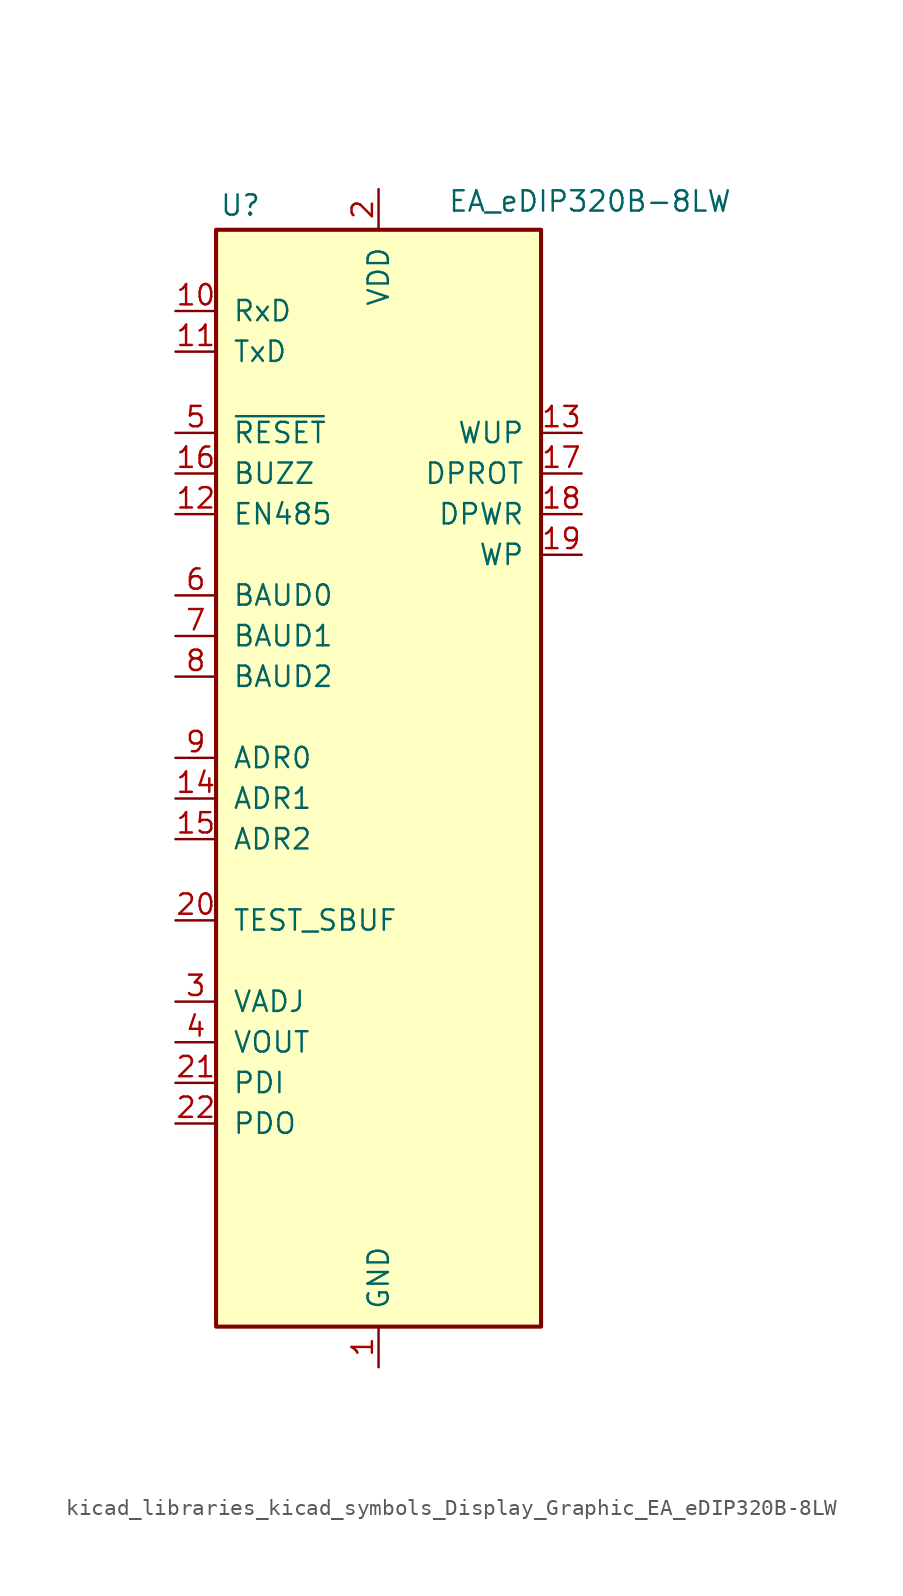
<source format=kicad_sym>
(kicad_symbol_lib
  (version 20220914)
  (generator kicad_symbol_editor)
  (symbol "kicad_libraries_kicad_symbols_Display_Graphic_EA_eDIP320B-8LW"
    (pin_names
      (offset 1.016))
    (property "Reference" "U"
      (at -8.636 29.464 0)
      (effects (font (size 1.27 1.27))))
    (property "Value" "EA_eDIP320B-8LW"
      (at 4.318 29.718 0)
      (effects (font (size 1.27 1.27)) (justify left)))
    (symbol "kicad_libraries_kicad_symbols_Display_Graphic_EA_eDIP320B-8LW_0_1"
      (rectangle (start -10.16 27.94) (end 10.16 -40.64) (stroke (width 0.254) (type default)) (fill (type background))))
    (symbol "kicad_libraries_kicad_symbols_Display_Graphic_EA_eDIP320B-8LW_1_1"
      (pin power_in line (at 0 -43.18 90) (length 2.54) (name "GND" (effects (font (size 1.27 1.27)))) (number "1" (effects (font (size 1.27 1.27)))))
      (pin input line (at -12.7 22.86 0) (length 2.54) (name "RxD" (effects (font (size 1.27 1.27)))) (number "10" (effects (font (size 1.27 1.27)))))
      (pin output line (at -12.7 20.32 0) (length 2.54) (name "TxD" (effects (font (size 1.27 1.27)))) (number "11" (effects (font (size 1.27 1.27)))))
      (pin output line (at -12.7 10.16 0) (length 2.54) (name "EN485" (effects (font (size 1.27 1.27)))) (number "12" (effects (font (size 1.27 1.27)))))
      (pin input line (at 12.7 15.24 180) (length 2.54) (name "WUP" (effects (font (size 1.27 1.27)))) (number "13" (effects (font (size 1.27 1.27)))))
      (pin input line (at -12.7 -7.62 0) (length 2.54) (name "ADR1" (effects (font (size 1.27 1.27)))) (number "14" (effects (font (size 1.27 1.27)))))
      (pin input line (at -12.7 -10.16 0) (length 2.54) (name "ADR2" (effects (font (size 1.27 1.27)))) (number "15" (effects (font (size 1.27 1.27)))))
      (pin output line (at -12.7 12.7 0) (length 2.54) (name "BUZZ" (effects (font (size 1.27 1.27)))) (number "16" (effects (font (size 1.27 1.27)))))
      (pin input line (at 12.7 12.7 180) (length 2.54) (name "DPROT" (effects (font (size 1.27 1.27)))) (number "17" (effects (font (size 1.27 1.27)))))
      (pin output line (at 12.7 10.16 180) (length 2.54) (name "DPWR" (effects (font (size 1.27 1.27)))) (number "18" (effects (font (size 1.27 1.27)))))
      (pin input line (at 12.7 7.62 180) (length 2.54) (name "WP" (effects (font (size 1.27 1.27)))) (number "19" (effects (font (size 1.27 1.27)))))
      (pin power_in line (at 0 30.48 270) (length 2.54) (name "VDD" (effects (font (size 1.27 1.27)))) (number "2" (effects (font (size 1.27 1.27)))))
      (pin open_collector line (at -12.7 -15.24 0) (length 2.54) (name "TEST_SBUF" (effects (font (size 1.27 1.27)))) (number "20" (effects (font (size 1.27 1.27)))))
      (pin input line (at -12.7 -25.4 0) (length 2.54) (name "PDI" (effects (font (size 1.27 1.27)))) (number "21" (effects (font (size 1.27 1.27)))))
      (pin output line (at -12.7 -27.94 0) (length 2.54) (name "PDO" (effects (font (size 1.27 1.27)))) (number "22" (effects (font (size 1.27 1.27)))))
      (pin no_connect line (at -10.16 -30.48 0) (length 2.54) hide (name "NC" (effects (font (size 1.27 1.27)))) (number "23" (effects (font (size 1.27 1.27)))))
      (pin no_connect line (at -10.16 -33.02 0) (length 2.54) hide (name "NC" (effects (font (size 1.27 1.27)))) (number "24" (effects (font (size 1.27 1.27)))))
      (pin no_connect line (at -10.16 -35.56 0) (length 2.54) hide (name "NC" (effects (font (size 1.27 1.27)))) (number "25" (effects (font (size 1.27 1.27)))))
      (pin no_connect line (at -10.16 -38.1 0) (length 2.54) hide (name "NC" (effects (font (size 1.27 1.27)))) (number "26" (effects (font (size 1.27 1.27)))))
      (pin no_connect line (at 10.16 25.4 180) (length 2.54) hide (name "NC" (effects (font (size 1.27 1.27)))) (number "27" (effects (font (size 1.27 1.27)))))
      (pin no_connect line (at 10.16 22.86 180) (length 2.54) hide (name "NC" (effects (font (size 1.27 1.27)))) (number "28" (effects (font (size 1.27 1.27)))))
      (pin no_connect line (at 10.16 20.32 180) (length 2.54) hide (name "NC" (effects (font (size 1.27 1.27)))) (number "29" (effects (font (size 1.27 1.27)))))
      (pin input line (at -12.7 -20.32 0) (length 2.54) (name "VADJ" (effects (font (size 1.27 1.27)))) (number "3" (effects (font (size 1.27 1.27)))))
      (pin no_connect line (at 10.16 17.78 180) (length 2.54) hide (name "NC" (effects (font (size 1.27 1.27)))) (number "30" (effects (font (size 1.27 1.27)))))
      (pin no_connect line (at 10.16 5.08 180) (length 2.54) hide (name "NC" (effects (font (size 1.27 1.27)))) (number "31" (effects (font (size 1.27 1.27)))))
      (pin no_connect line (at 10.16 2.54 180) (length 2.54) hide (name "NC" (effects (font (size 1.27 1.27)))) (number "32" (effects (font (size 1.27 1.27)))))
      (pin no_connect line (at 10.16 0 180) (length 2.54) hide (name "NC" (effects (font (size 1.27 1.27)))) (number "33" (effects (font (size 1.27 1.27)))))
      (pin no_connect line (at 10.16 -2.54 180) (length 2.54) hide (name "NC" (effects (font (size 1.27 1.27)))) (number "34" (effects (font (size 1.27 1.27)))))
      (pin no_connect line (at 10.16 -5.08 180) (length 2.54) hide (name "NC" (effects (font (size 1.27 1.27)))) (number "35" (effects (font (size 1.27 1.27)))))
      (pin no_connect line (at 10.16 -7.62 180) (length 2.54) hide (name "NC" (effects (font (size 1.27 1.27)))) (number "36" (effects (font (size 1.27 1.27)))))
      (pin no_connect line (at 10.16 -10.16 180) (length 2.54) hide (name "NC" (effects (font (size 1.27 1.27)))) (number "37" (effects (font (size 1.27 1.27)))))
      (pin no_connect line (at 10.16 -12.7 180) (length 2.54) hide (name "NC" (effects (font (size 1.27 1.27)))) (number "38" (effects (font (size 1.27 1.27)))))
      (pin no_connect line (at 10.16 -15.24 180) (length 2.54) hide (name "NC" (effects (font (size 1.27 1.27)))) (number "39" (effects (font (size 1.27 1.27)))))
      (pin output line (at -12.7 -22.86 0) (length 2.54) (name "VOUT" (effects (font (size 1.27 1.27)))) (number "4" (effects (font (size 1.27 1.27)))))
      (pin no_connect line (at 10.16 -17.78 180) (length 2.54) hide (name "NC" (effects (font (size 1.27 1.27)))) (number "40" (effects (font (size 1.27 1.27)))))
      (pin no_connect line (at 10.16 -20.32 180) (length 2.54) hide (name "NC" (effects (font (size 1.27 1.27)))) (number "41" (effects (font (size 1.27 1.27)))))
      (pin no_connect line (at 10.16 -22.86 180) (length 2.54) hide (name "NC" (effects (font (size 1.27 1.27)))) (number "42" (effects (font (size 1.27 1.27)))))
      (pin no_connect line (at 10.16 -25.4 180) (length 2.54) hide (name "NC" (effects (font (size 1.27 1.27)))) (number "43" (effects (font (size 1.27 1.27)))))
      (pin no_connect line (at 10.16 -27.94 180) (length 2.54) hide (name "NC" (effects (font (size 1.27 1.27)))) (number "44" (effects (font (size 1.27 1.27)))))
      (pin no_connect line (at 10.16 -30.48 180) (length 2.54) hide (name "NC" (effects (font (size 1.27 1.27)))) (number "45" (effects (font (size 1.27 1.27)))))
      (pin no_connect line (at 10.16 -33.02 180) (length 2.54) hide (name "NC" (effects (font (size 1.27 1.27)))) (number "46" (effects (font (size 1.27 1.27)))))
      (pin no_connect line (at 10.16 -35.56 180) (length 2.54) hide (name "NC" (effects (font (size 1.27 1.27)))) (number "47" (effects (font (size 1.27 1.27)))))
      (pin input line (at -12.7 15.24 0) (length 2.54) (name "~{RESET}" (effects (font (size 1.27 1.27)))) (number "5" (effects (font (size 1.27 1.27)))))
      (pin input line (at -12.7 5.08 0) (length 2.54) (name "BAUD0" (effects (font (size 1.27 1.27)))) (number "6" (effects (font (size 1.27 1.27)))))
      (pin input line (at -12.7 2.54 0) (length 2.54) (name "BAUD1" (effects (font (size 1.27 1.27)))) (number "7" (effects (font (size 1.27 1.27)))))
      (pin no_connect line (at 10.16 -38.1 180) (length 2.54) hide (name "NC" (effects (font (size 1.27 1.27)))) (number "78" (effects (font (size 1.27 1.27)))))
      (pin input line (at -12.7 0 0) (length 2.54) (name "BAUD2" (effects (font (size 1.27 1.27)))) (number "8" (effects (font (size 1.27 1.27)))))
      (pin input line (at -12.7 -5.08 0) (length 2.54) (name "ADR0" (effects (font (size 1.27 1.27)))) (number "9" (effects (font (size 1.27 1.27))))))))
</source>
